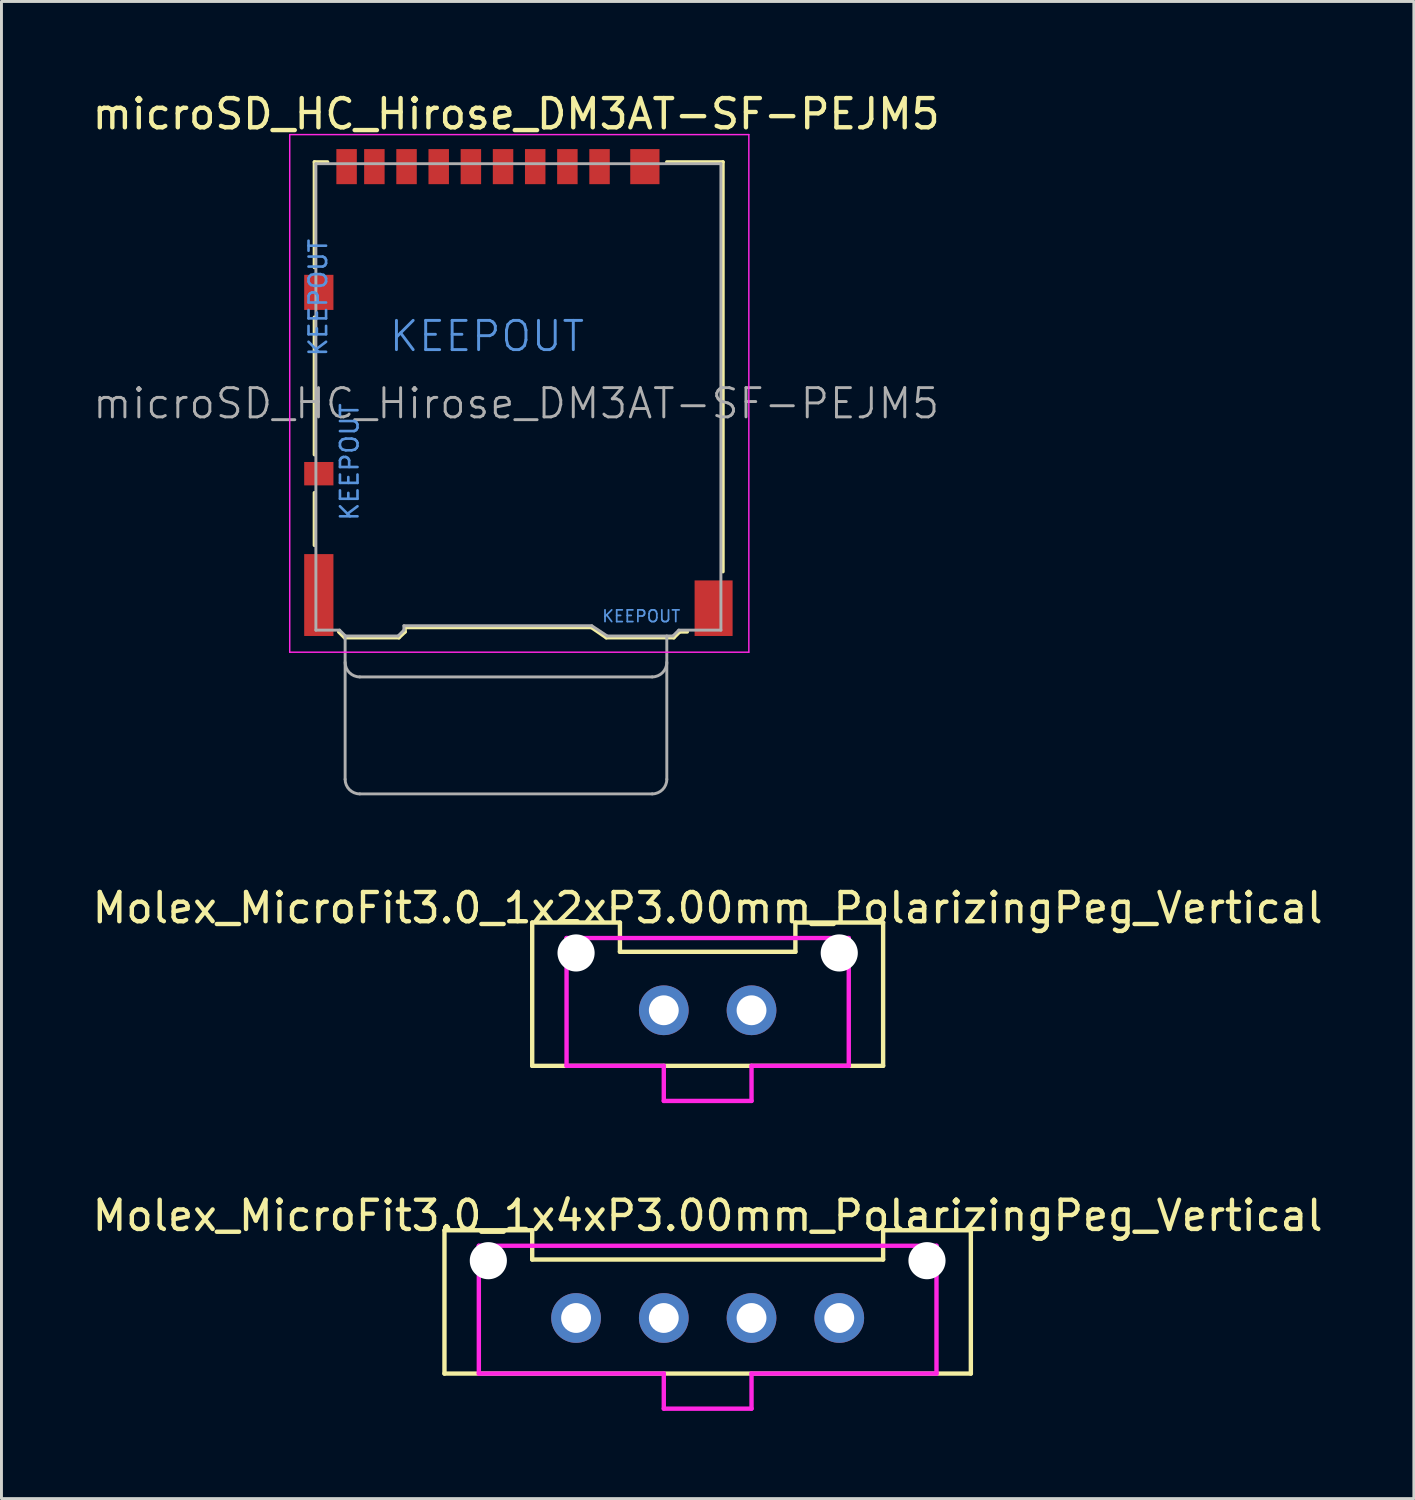
<source format=kicad_pcb>
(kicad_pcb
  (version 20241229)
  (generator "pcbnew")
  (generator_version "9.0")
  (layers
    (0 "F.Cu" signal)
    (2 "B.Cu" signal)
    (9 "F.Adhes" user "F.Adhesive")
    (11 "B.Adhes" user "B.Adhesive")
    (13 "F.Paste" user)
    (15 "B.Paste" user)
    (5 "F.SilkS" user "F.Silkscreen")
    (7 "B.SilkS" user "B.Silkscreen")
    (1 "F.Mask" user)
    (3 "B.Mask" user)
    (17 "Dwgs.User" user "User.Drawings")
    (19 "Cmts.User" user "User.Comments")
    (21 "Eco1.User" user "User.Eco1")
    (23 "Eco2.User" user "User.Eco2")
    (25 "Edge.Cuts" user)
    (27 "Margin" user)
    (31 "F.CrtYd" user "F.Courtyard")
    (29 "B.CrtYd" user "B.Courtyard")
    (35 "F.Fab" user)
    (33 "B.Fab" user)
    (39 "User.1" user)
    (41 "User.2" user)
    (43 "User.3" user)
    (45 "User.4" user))
  (footprint "Molex_MicroFit3.0_1x4xP3.00mm_PolarizingPeg_Vertical"
    (layer "F.Cu")
    (at 16.649 42.02)
    (property "Reference" "Molex_MicroFit3.0_1x4xP3.00mm_PolarizingPeg_Vertical" (at 4.5 -3.5 0) (layer "F.SilkS") (effects (font (size 1 1) (thickness 0.15))))
    (attr through_hole)
    (fp_line (start -4.5 -3) (end -1.5 -3) (stroke (width 0.15) (type solid)) (layer "F.SilkS"))
    (fp_line (start -4.5 1.9) (end -4.5 -3) (stroke (width 0.15) (type solid)) (layer "F.SilkS"))
    (fp_line (start -1.5 -3) (end -1.5 -2) (stroke (width 0.15) (type solid)) (layer "F.SilkS"))
    (fp_line (start -1.5 -2) (end 10.5 -2) (stroke (width 0.15) (type solid)) (layer "F.SilkS"))
    (fp_line (start 10.5 -3) (end 13.5 -3) (stroke (width 0.15) (type solid)) (layer "F.SilkS"))
    (fp_line (start 10.5 -2) (end 10.5 -3) (stroke (width 0.15) (type solid)) (layer "F.SilkS"))
    (fp_line (start 13.5 -3) (end 13.5 1.9) (stroke (width 0.15) (type solid)) (layer "F.SilkS"))
    (fp_line (start 13.5 1.9) (end -4.5 1.9) (stroke (width 0.15) (type solid)) (layer "F.SilkS"))
    (fp_line (start -3.325 -2.47) (end 12.325 -2.47) (stroke (width 0.15) (type solid)) (layer "F.CrtYd"))
    (fp_line (start -3.325 1.9) (end -3.325 -2.47) (stroke (width 0.15) (type solid)) (layer "F.CrtYd"))
    (fp_line (start 3 1.9) (end -3.325 1.9) (stroke (width 0.15) (type solid)) (layer "F.CrtYd"))
    (fp_line (start 3 3.1) (end 3 1.9) (stroke (width 0.15) (type solid)) (layer "F.CrtYd"))
    (fp_line (start 6 1.9) (end 6 3.1) (stroke (width 0.15) (type solid)) (layer "F.CrtYd"))
    (fp_line (start 6 3.1) (end 3 3.1) (stroke (width 0.15) (type solid)) (layer "F.CrtYd"))
    (fp_line (start 12.325 -2.47) (end 12.325 1.9) (stroke (width 0.15) (type solid)) (layer "F.CrtYd"))
    (fp_line (start 12.325 1.9) (end 6 1.9) (stroke (width 0.15) (type solid)) (layer "F.CrtYd"))
    (pad "" np_thru_hole circle (at -3 -1.96) (size 1.27 1.27) (drill 1.27) (layers "*.Cu" "*.Mask"))
    (pad "" np_thru_hole circle (at 12 -1.96) (size 1.27 1.27) (drill 1.27) (layers "*.Cu" "*.Mask"))
    (pad "1" thru_hole circle (at 0 0) (size 1.7 1.7) (drill 1.02) (layers "*.Cu" "*.Mask"))
    (pad "2" thru_hole circle (at 3 0) (size 1.7 1.7) (drill 1.02) (layers "*.Cu" "*.Mask"))
    (pad "3" thru_hole circle (at 6 0) (size 1.7 1.7) (drill 1.02) (layers "*.Cu" "*.Mask"))
    (pad "4" thru_hole circle (at 9 0) (size 1.7 1.7) (drill 1.02) (layers "*.Cu" "*.Mask")))
  (footprint "microSD_HC_Hirose_DM3AT-SF-PEJM5"
    (layer "F.Cu")
    (at 14.677 10.373)
    (property "Reference" "microSD_HC_Hirose_DM3AT-SF-PEJM5" (at -0.076 -9.525 0) (layer "F.SilkS") (effects (font (size 1 1) (thickness 0.15))))
    (attr smd)
    (fp_line (start -6.975 -7.885) (end -6.975 -4.275) (stroke (width 0.12) (type solid)) (layer "F.SilkS"))
    (fp_line (start -6.975 -2.575) (end -6.975 2.125) (stroke (width 0.12) (type solid)) (layer "F.SilkS"))
    (fp_line (start -6.975 3.425) (end -6.975 5.225) (stroke (width 0.12) (type solid)) (layer "F.SilkS"))
    (fp_line (start -6.525 -7.885) (end -6.975 -7.885) (stroke (width 0.12) (type solid)) (layer "F.SilkS"))
    (fp_line (start -5.945 8.385) (end -6.145 8.185) (stroke (width 0.12) (type solid)) (layer "F.SilkS"))
    (fp_line (start -5.945 8.385) (end -4.085 8.385) (stroke (width 0.12) (type solid)) (layer "F.SilkS"))
    (fp_line (start -4.085 8.385) (end -3.875 8.185) (stroke (width 0.12) (type solid)) (layer "F.SilkS"))
    (fp_line (start -3.875 8.035) (end -3.875 8.185) (stroke (width 0.12) (type solid)) (layer "F.SilkS"))
    (fp_line (start -3.875 8.035) (end 2.495 8.035) (stroke (width 0.12) (type solid)) (layer "F.SilkS"))
    (fp_line (start 3.005 8.385) (end 2.495 8.035) (stroke (width 0.12) (type solid)) (layer "F.SilkS"))
    (fp_line (start 5.075 -7.885) (end 6.995 -7.885) (stroke (width 0.12) (type solid)) (layer "F.SilkS"))
    (fp_line (start 5.315 8.385) (end 3.005 8.385) (stroke (width 0.12) (type solid)) (layer "F.SilkS"))
    (fp_line (start 5.315 8.385) (end 5.515 8.185) (stroke (width 0.12) (type solid)) (layer "F.SilkS"))
    (fp_line (start 5.515 8.185) (end 5.775 8.185) (stroke (width 0.12) (type solid)) (layer "F.SilkS"))
    (fp_line (start 6.995 -7.885) (end 6.995 6.125) (stroke (width 0.12) (type solid)) (layer "F.SilkS"))
    (fp_line (start -7.82 -8.82) (end 7.88 -8.82) (stroke (width 0.05) (type solid)) (layer "F.CrtYd"))
    (fp_line (start -7.82 8.88) (end -7.82 -8.82) (stroke (width 0.05) (type solid)) (layer "F.CrtYd"))
    (fp_line (start 7.88 -8.82) (end 7.88 8.88) (stroke (width 0.05) (type solid)) (layer "F.CrtYd"))
    (fp_line (start 7.88 8.88) (end -7.82 8.88) (stroke (width 0.05) (type solid)) (layer "F.CrtYd"))
    (fp_line (start -6.925 8.125) (end -6.925 -7.825) (stroke (width 0.1) (type solid)) (layer "F.Fab"))
    (fp_line (start -6.115 8.125) (end -6.925 8.125) (stroke (width 0.1) (type solid)) (layer "F.Fab"))
    (fp_line (start -5.925 8.325) (end -5.925 13.225) (stroke (width 0.1) (type solid)) (layer "F.Fab"))
    (fp_line (start -5.915 8.325) (end -6.115 8.125) (stroke (width 0.1) (type solid)) (layer "F.Fab"))
    (fp_line (start -5.425 9.725) (end 4.575 9.725) (stroke (width 0.1) (type solid)) (layer "F.Fab"))
    (fp_line (start -5.425 13.725) (end 4.575 13.725) (stroke (width 0.1) (type solid)) (layer "F.Fab"))
    (fp_line (start -4.115 8.325) (end -5.915 8.325) (stroke (width 0.1) (type solid)) (layer "F.Fab"))
    (fp_line (start -3.915 8.125) (end -4.115 8.325) (stroke (width 0.1) (type solid)) (layer "F.Fab"))
    (fp_line (start -3.915 8.125) (end -3.915 7.975) (stroke (width 0.1) (type solid)) (layer "F.Fab"))
    (fp_line (start 2.51 7.975) (end -3.915 7.975) (stroke (width 0.1) (type solid)) (layer "F.Fab"))
    (fp_line (start 3.035 8.325) (end 2.51 7.975) (stroke (width 0.1) (type solid)) (layer "F.Fab"))
    (fp_line (start 5.075 13.225) (end 5.075 8.325) (stroke (width 0.1) (type solid)) (layer "F.Fab"))
    (fp_line (start 5.285 8.325) (end 3.035 8.325) (stroke (width 0.1) (type solid)) (layer "F.Fab"))
    (fp_line (start 5.285 8.325) (end 5.485 8.125) (stroke (width 0.1) (type solid)) (layer "F.Fab"))
    (fp_line (start 5.485 8.125) (end 6.925 8.125) (stroke (width 0.1) (type solid)) (layer "F.Fab"))
    (fp_line (start 6.925 -7.825) (end -6.925 -7.825) (stroke (width 0.1) (type solid)) (layer "F.Fab"))
    (fp_line (start 6.925 8.125) (end 6.925 -7.825) (stroke (width 0.1) (type solid)) (layer "F.Fab"))
    (fp_arc (start -5.425 9.725) (mid -5.778553 9.578553) (end -5.925 9.225) (stroke (width 0.1) (type solid)) (layer "F.Fab"))
    (fp_arc (start -5.425 13.725) (mid -5.778553 13.578553) (end -5.925 13.225) (stroke (width 0.1) (type solid)) (layer "F.Fab"))
    (fp_arc (start 5.075 9.225) (mid 4.928553 9.578553) (end 4.575 9.725) (stroke (width 0.1) (type solid)) (layer "F.Fab"))
    (fp_arc (start 5.075 13.225) (mid 4.928553 13.578553) (end 4.575 13.725) (stroke (width 0.1) (type solid)) (layer "F.Fab"))
    (fp_text user "KEEPOUT" (at -6.85 -3.25 270) (layer "Cmts.User") (effects (font (size 0.6 0.6) (thickness 0.09))))
    (fp_text user "KEEPOUT" (at -5.775 2.375 270) (layer "Cmts.User") (effects (font (size 0.6 0.6) (thickness 0.09))))
    (fp_text user "KEEPOUT" (at 4.2 7.65 0) (layer "Cmts.User") (effects (font (size 0.4 0.4) (thickness 0.06))))
    (fp_text user "KEEPOUT" (at -1.075 -1.925 0) (layer "Cmts.User") (effects (font (size 1 1) (thickness 0.1))))
    (fp_text user "${REFERENCE}" (at -0.075 0.375 0) (layer "F.Fab") (effects (font (size 1 1) (thickness 0.1))))
    (pad "1" smd rect (at 2.775 -7.725) (size 0.7 1.2) (layers "F.Cu" "F.Mask" "F.Paste"))
    (pad "2" smd rect (at 1.675 -7.725) (size 0.7 1.2) (layers "F.Cu" "F.Mask" "F.Paste"))
    (pad "3" smd rect (at 0.575 -7.725) (size 0.7 1.2) (layers "F.Cu" "F.Mask" "F.Paste"))
    (pad "4" smd rect (at -0.525 -7.725) (size 0.7 1.2) (layers "F.Cu" "F.Mask" "F.Paste"))
    (pad "5" smd rect (at -1.625 -7.725) (size 0.7 1.2) (layers "F.Cu" "F.Mask" "F.Paste"))
    (pad "6" smd rect (at -2.725 -7.725) (size 0.7 1.2) (layers "F.Cu" "F.Mask" "F.Paste"))
    (pad "7" smd rect (at -3.825 -7.725) (size 0.7 1.2) (layers "F.Cu" "F.Mask" "F.Paste"))
    (pad "8" smd rect (at -4.925 -7.725) (size 0.7 1.2) (layers "F.Cu" "F.Mask" "F.Paste"))
    (pad "9" smd rect (at -5.875 -7.725) (size 0.7 1.2) (layers "F.Cu" "F.Mask" "F.Paste"))
    (pad "10" smd rect (at -6.825 2.775) (size 1 0.8) (layers "F.Cu" "F.Mask" "F.Paste"))
    (pad "11" smd rect (at -6.825 -3.425) (size 1 1.2) (layers "F.Cu" "F.Mask" "F.Paste"))
    (pad "11" smd rect (at -6.825 6.925) (size 1 2.8) (layers "F.Cu" "F.Mask" "F.Paste"))
    (pad "11" smd rect (at 4.325 -7.725) (size 1 1.2) (layers "F.Cu" "F.Mask" "F.Paste"))
    (pad "11" smd rect (at 6.675 7.375) (size 1.3 1.9) (layers "F.Cu" "F.Mask" "F.Paste"))
    (zone (net_name "") (layer "F.Cu") (hatch full 0.508) (connect_pads) (min_thickness 0.254) (filled_areas_thickness no) (keepout (tracks not_allowed) (vias not_allowed) (pads not_allowed) (copperpour not_allowed) (footprints not_allowed)) (placement (enabled no)) (fill) (polygon (pts (xy 8.202 6.348) (xy 7.452 6.348) (xy 7.452 3.098) (xy 8.202 3.098))))
    (zone (net_name "") (layer "F.Cu") (hatch full 0.508) (connect_pads) (min_thickness 0.254) (filled_areas_thickness no) (keepout (tracks not_allowed) (vias not_allowed) (pads not_allowed) (copperpour not_allowed) (footprints not_allowed)) (placement (enabled no)) (fill) (polygon (pts (xy 8.202 11.148) (xy 7.452 11.148) (xy 7.452 7.548) (xy 8.202 7.548))))
    (zone (net_name "") (layer "F.Cu") (hatch full 0.508) (connect_pads) (min_thickness 0.254) (filled_areas_thickness no) (keepout (tracks not_allowed) (vias not_allowed) (pads not_allowed) (copperpour not_allowed) (footprints not_allowed)) (placement (enabled no)) (fill) (polygon (pts (xy 8.552 8.948) (xy 9.252 8.948) (xy 9.252 16.548) (xy 8.552 16.548))))
    (zone (net_name "") (layer "F.Cu") (hatch full 0.508) (connect_pads) (min_thickness 0.254) (filled_areas_thickness no) (keepout (tracks not_allowed) (vias not_allowed) (pads not_allowed) (copperpour not_allowed) (footprints not_allowed)) (placement (enabled no)) (fill) (polygon (pts (xy 17.602 17.348) (xy 20.152 17.348) (xy 20.152 18.698) (xy 17.602 18.698))))
    (zone (net_name "") (layer "F.Cu") (hatch full 0.508) (connect_pads) (min_thickness 0.254) (filled_areas_thickness no) (keepout (tracks not_allowed) (vias not_allowed) (pads not_allowed) (copperpour not_allowed) (footprints not_allowed)) (placement (enabled no)) (fill) (polygon (pts (xy 17.952 9.248) (xy 9.252 9.248) (xy 9.252 7.648) (xy 17.952 7.648)))))
  (footprint "Molex_MicroFit3.0_1x2xP3.00mm_PolarizingPeg_Vertical"
    (layer "F.Cu")
    (at 19.649 31.497)
    (property "Reference" "Molex_MicroFit3.0_1x2xP3.00mm_PolarizingPeg_Vertical" (at 1.5 -3.5 0) (layer "F.SilkS") (effects (font (size 1 1) (thickness 0.15))))
    (attr through_hole)
    (fp_line (start -4.5 -3) (end -1.5 -3) (stroke (width 0.15) (type solid)) (layer "F.SilkS"))
    (fp_line (start -4.5 1.9) (end -4.5 -3) (stroke (width 0.15) (type solid)) (layer "F.SilkS"))
    (fp_line (start -1.5 -3) (end -1.5 -2) (stroke (width 0.15) (type solid)) (layer "F.SilkS"))
    (fp_line (start -1.5 -2) (end 4.5 -2) (stroke (width 0.15) (type solid)) (layer "F.SilkS"))
    (fp_line (start 4.5 -3) (end 7.5 -3) (stroke (width 0.15) (type solid)) (layer "F.SilkS"))
    (fp_line (start 4.5 -2) (end 4.5 -3) (stroke (width 0.15) (type solid)) (layer "F.SilkS"))
    (fp_line (start 7.5 -3) (end 7.5 1.9) (stroke (width 0.15) (type solid)) (layer "F.SilkS"))
    (fp_line (start 7.5 1.9) (end -4.5 1.9) (stroke (width 0.15) (type solid)) (layer "F.SilkS"))
    (fp_line (start -3.325 -2.47) (end 6.325 -2.47) (stroke (width 0.15) (type solid)) (layer "F.CrtYd"))
    (fp_line (start -3.325 1.9) (end -3.325 -2.47) (stroke (width 0.15) (type solid)) (layer "F.CrtYd"))
    (fp_line (start 0 1.9) (end -3.325 1.9) (stroke (width 0.15) (type solid)) (layer "F.CrtYd"))
    (fp_line (start 0 3.1) (end 0 1.9) (stroke (width 0.15) (type solid)) (layer "F.CrtYd"))
    (fp_line (start 3 1.9) (end 3 3.1) (stroke (width 0.15) (type solid)) (layer "F.CrtYd"))
    (fp_line (start 3 3.1) (end 0 3.1) (stroke (width 0.15) (type solid)) (layer "F.CrtYd"))
    (fp_line (start 6.325 -2.47) (end 6.325 1.9) (stroke (width 0.15) (type solid)) (layer "F.CrtYd"))
    (fp_line (start 6.325 1.9) (end 3 1.9) (stroke (width 0.15) (type solid)) (layer "F.CrtYd"))
    (pad "" np_thru_hole circle (at -3 -1.96) (size 1.27 1.27) (drill 1.27) (layers "*.Cu" "*.Mask"))
    (pad "" np_thru_hole circle (at 6 -1.96) (size 1.27 1.27) (drill 1.27) (layers "*.Cu" "*.Mask"))
    (pad "1" thru_hole circle (at 0 0) (size 1.7 1.7) (drill 1.02) (layers "*.Cu" "*.Mask"))
    (pad "2" thru_hole circle (at 3 0) (size 1.7 1.7) (drill 1.02) (layers "*.Cu" "*.Mask")))
  (gr_rect
    (start -3 -3)
    (end 45.298 48.195)
    (stroke (width 0.1) (type default))
    (fill no)
    (layer "Edge.Cuts")))
</source>
